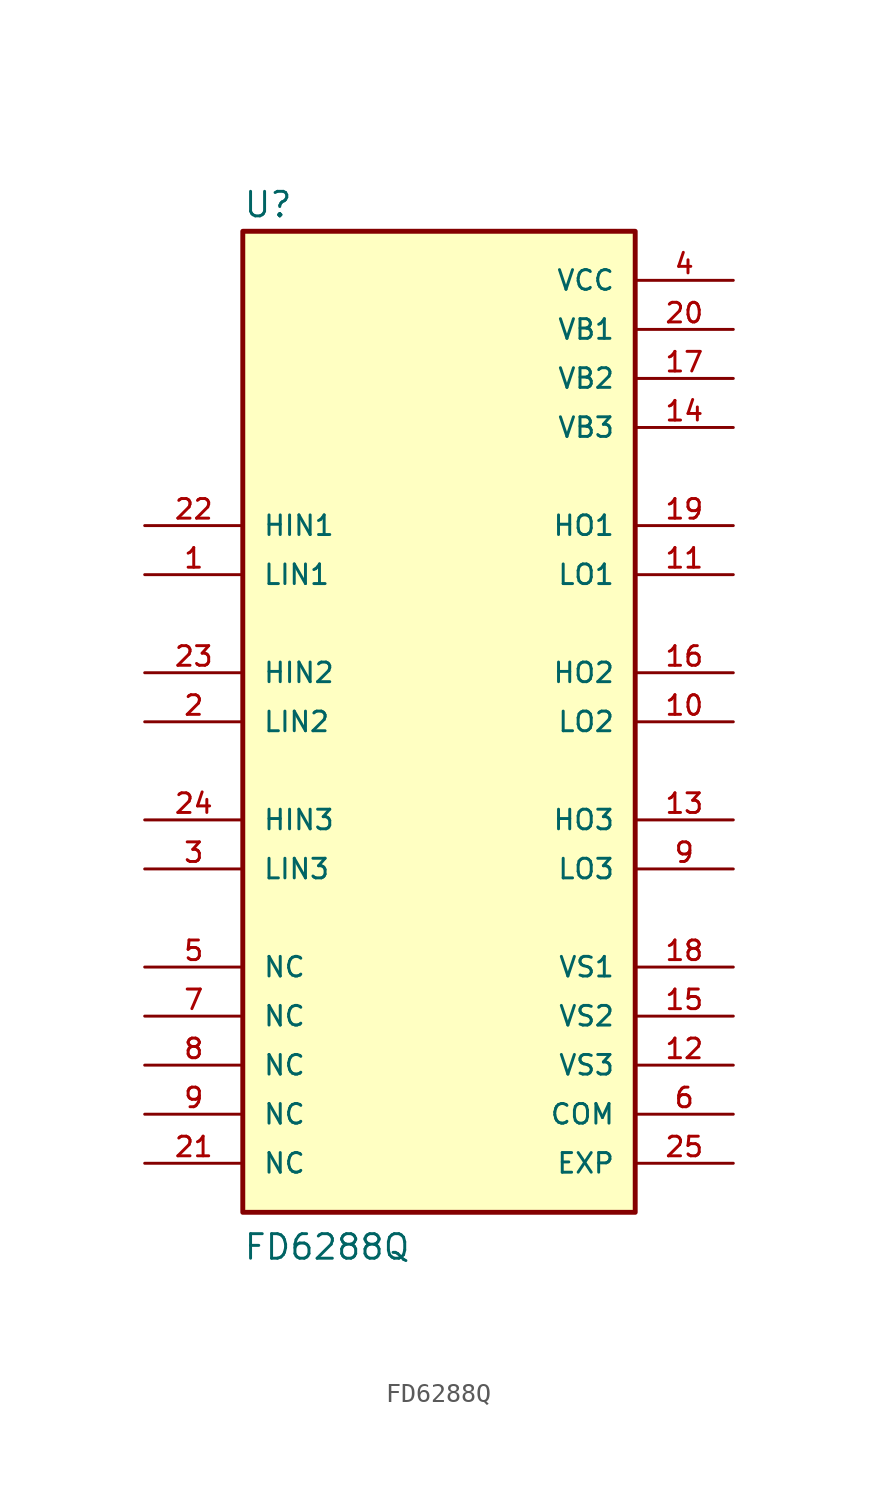
<source format=kicad_sym>
(kicad_symbol_lib
  (version 20220914)
  (generator kicad_symbol_editor)
  (symbol "FD6288Q"
    (pin_names
      (offset 1.016))
    (property "Reference" "U"
      (at -10.16 26.035 0)
      (effects (font (size 1.27 1.27)) (justify left bottom)))
    (property "Value" "FD6288Q"
      (at -10.16 -27.94 0)
      (effects (font (size 1.27 1.27)) (justify left bottom)))
    (symbol "FD6288Q_0_0"
      (rectangle (start -10.16 -25.4) (end 10.16 25.4) (stroke (width 0.254) (type default)) (fill (type background)))
      (pin input line (at -15.24 7.62 0) (length 5.08) (name "LIN1" (effects (font (size 1.016 1.016)))) (number "1" (effects (font (size 1.016 1.016)))))
      (pin output line (at 15.24 0 180) (length 5.08) (name "LO2" (effects (font (size 1.016 1.016)))) (number "10" (effects (font (size 1.016 1.016)))))
      (pin output line (at 15.24 7.62 180) (length 5.08) (name "LO1" (effects (font (size 1.016 1.016)))) (number "11" (effects (font (size 1.016 1.016)))))
      (pin power_in line (at 15.24 -17.78 180) (length 5.08) (name "VS3" (effects (font (size 1.016 1.016)))) (number "12" (effects (font (size 1.016 1.016)))))
      (pin output line (at 15.24 -5.08 180) (length 5.08) (name "HO3" (effects (font (size 1.016 1.016)))) (number "13" (effects (font (size 1.016 1.016)))))
      (pin power_in line (at 15.24 15.24 180) (length 5.08) (name "VB3" (effects (font (size 1.016 1.016)))) (number "14" (effects (font (size 1.016 1.016)))))
      (pin power_in line (at 15.24 -15.24 180) (length 5.08) (name "VS2" (effects (font (size 1.016 1.016)))) (number "15" (effects (font (size 1.016 1.016)))))
      (pin output line (at 15.24 2.54 180) (length 5.08) (name "HO2" (effects (font (size 1.016 1.016)))) (number "16" (effects (font (size 1.016 1.016)))))
      (pin power_in line (at 15.24 17.78 180) (length 5.08) (name "VB2" (effects (font (size 1.016 1.016)))) (number "17" (effects (font (size 1.016 1.016)))))
      (pin power_in line (at 15.24 -12.7 180) (length 5.08) (name "VS1" (effects (font (size 1.016 1.016)))) (number "18" (effects (font (size 1.016 1.016)))))
      (pin output line (at 15.24 10.16 180) (length 5.08) (name "HO1" (effects (font (size 1.016 1.016)))) (number "19" (effects (font (size 1.016 1.016)))))
      (pin input line (at -15.24 0 0) (length 5.08) (name "LIN2" (effects (font (size 1.016 1.016)))) (number "2" (effects (font (size 1.016 1.016)))))
      (pin power_in line (at 15.24 20.32 180) (length 5.08) (name "VB1" (effects (font (size 1.016 1.016)))) (number "20" (effects (font (size 1.016 1.016)))))
      (pin input line (at -15.24 10.16 0) (length 5.08) (name "HIN1" (effects (font (size 1.016 1.016)))) (number "22" (effects (font (size 1.016 1.016)))))
      (pin input line (at -15.24 2.54 0) (length 5.08) (name "HIN2" (effects (font (size 1.016 1.016)))) (number "23" (effects (font (size 1.016 1.016)))))
      (pin input line (at -15.24 -5.08 0) (length 5.08) (name "HIN3" (effects (font (size 1.016 1.016)))) (number "24" (effects (font (size 1.016 1.016)))))
      (pin power_in line (at 15.24 -22.86 180) (length 5.08) (name "EXP" (effects (font (size 1.016 1.016)))) (number "25" (effects (font (size 1.016 1.016)))))
      (pin input line (at -15.24 -7.62 0) (length 5.08) (name "LIN3" (effects (font (size 1.016 1.016)))) (number "3" (effects (font (size 1.016 1.016)))))
      (pin power_in line (at 15.24 22.86 180) (length 5.08) (name "VCC" (effects (font (size 1.016 1.016)))) (number "4" (effects (font (size 1.016 1.016)))))
      (pin power_in line (at 15.24 -20.32 180) (length 5.08) (name "COM" (effects (font (size 1.016 1.016)))) (number "6" (effects (font (size 1.016 1.016)))))
      (pin output line (at 15.24 -7.62 180) (length 5.08) (name "LO3" (effects (font (size 1.016 1.016)))) (number "9" (effects (font (size 1.016 1.016))))))
    (symbol "FD6288Q_1_0"
      (pin input line (at -15.24 -22.86 0) (length 5.08) (name "NC" (effects (font (size 1.016 1.016)))) (number "21" (effects (font (size 1.016 1.016)))))
      (pin input line (at -15.24 -12.7 0) (length 5.08) (name "NC" (effects (font (size 1.016 1.016)))) (number "5" (effects (font (size 1.016 1.016)))))
      (pin input line (at -15.24 -15.24 0) (length 5.08) (name "NC" (effects (font (size 1.016 1.016)))) (number "7" (effects (font (size 1.016 1.016)))))
      (pin input line (at -15.24 -17.78 0) (length 5.08) (name "NC" (effects (font (size 1.016 1.016)))) (number "8" (effects (font (size 1.016 1.016)))))
      (pin input line (at -15.24 -20.32 0) (length 5.08) (name "NC" (effects (font (size 1.016 1.016)))) (number "9" (effects (font (size 1.016 1.016))))))))
</source>
